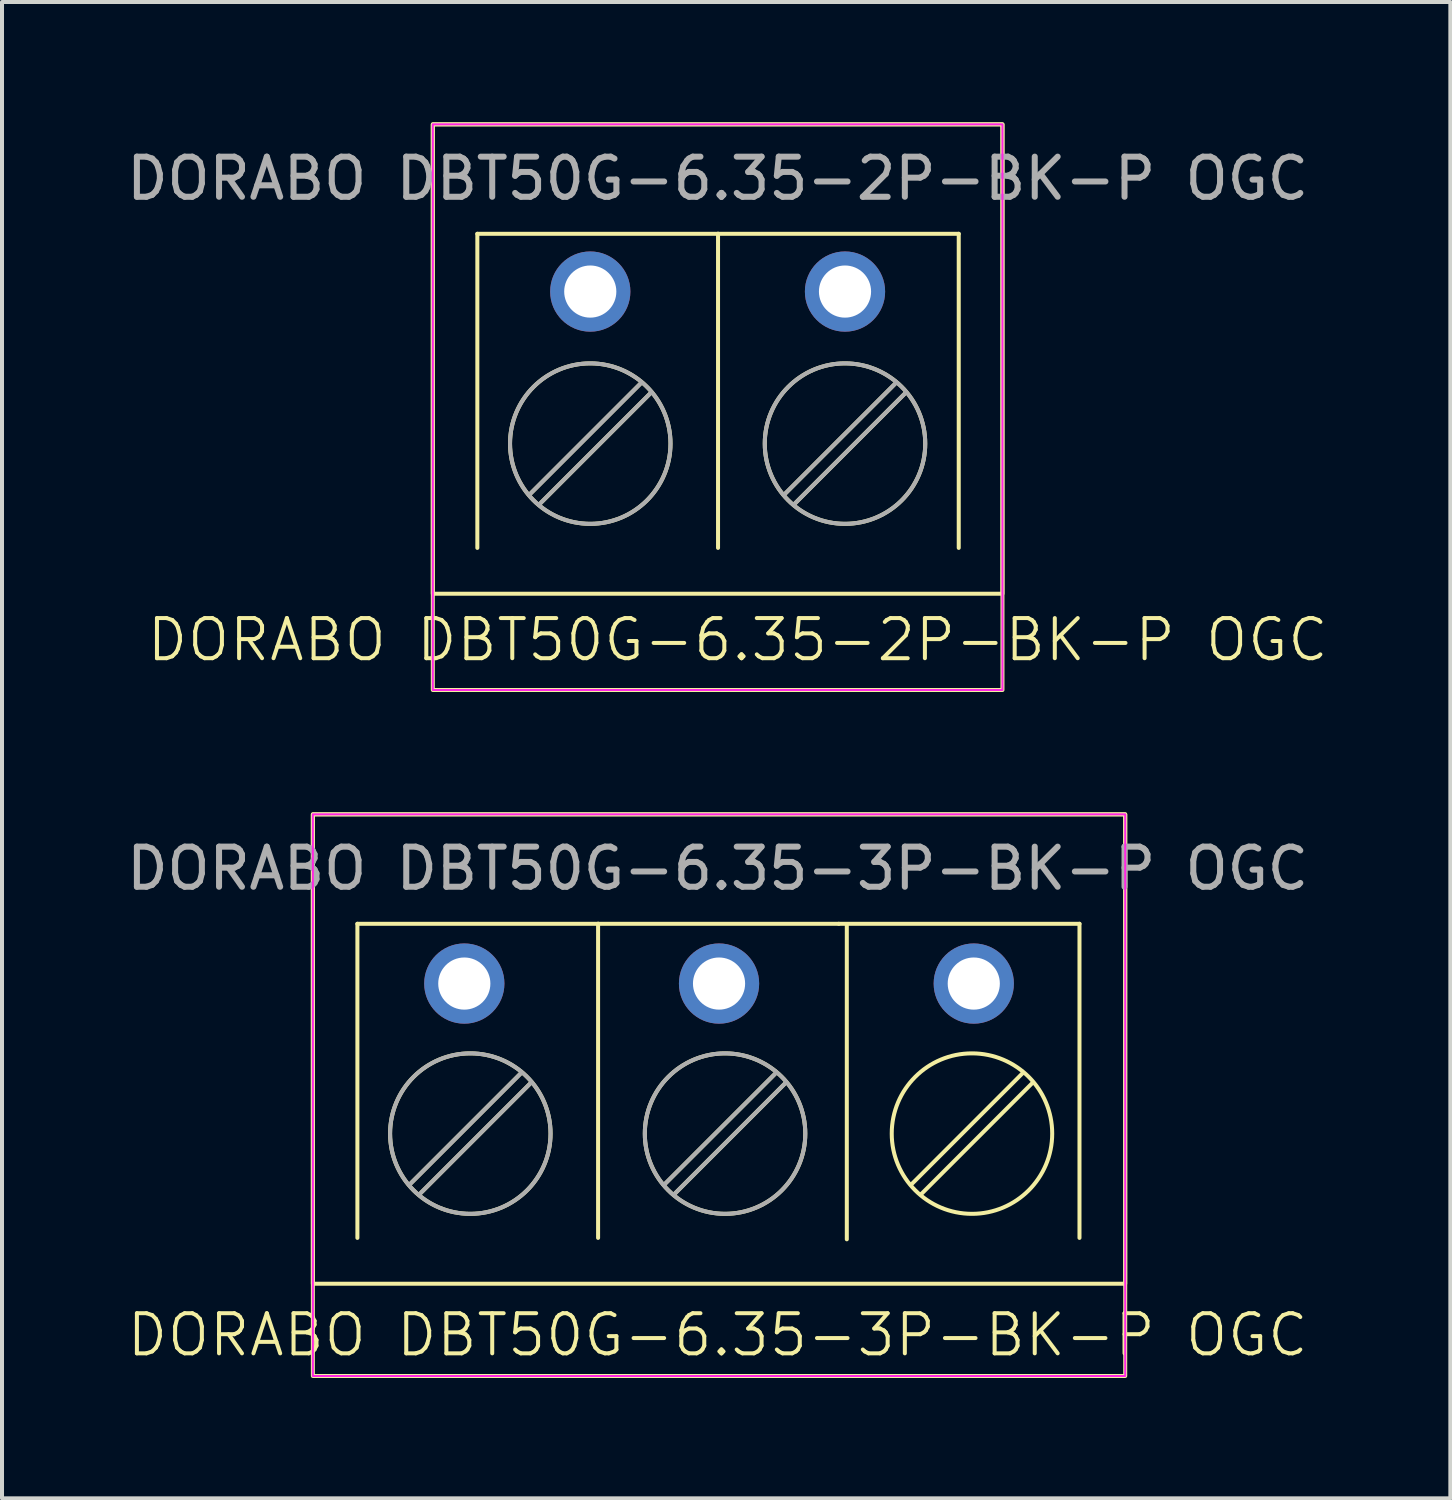
<source format=kicad_pcb>
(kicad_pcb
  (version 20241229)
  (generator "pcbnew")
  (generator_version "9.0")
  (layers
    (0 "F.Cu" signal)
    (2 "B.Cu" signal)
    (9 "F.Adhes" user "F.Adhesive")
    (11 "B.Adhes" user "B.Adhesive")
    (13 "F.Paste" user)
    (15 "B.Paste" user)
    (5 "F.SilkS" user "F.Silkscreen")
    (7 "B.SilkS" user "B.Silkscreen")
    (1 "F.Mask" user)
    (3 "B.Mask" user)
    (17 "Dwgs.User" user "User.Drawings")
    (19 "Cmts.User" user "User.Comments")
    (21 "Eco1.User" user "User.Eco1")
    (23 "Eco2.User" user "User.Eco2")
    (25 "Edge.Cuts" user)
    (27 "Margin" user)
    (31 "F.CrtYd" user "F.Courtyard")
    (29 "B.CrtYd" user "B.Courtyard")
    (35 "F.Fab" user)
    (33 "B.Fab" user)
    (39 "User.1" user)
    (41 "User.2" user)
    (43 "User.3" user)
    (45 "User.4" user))
  (footprint "DORABO DBT50G-6.35-3P-BK-P OGC"
    (layer "F.Cu")
    (at 11.849 23.868)
    (property "Reference" "DORABO DBT50G-6.35-3P-BK-P OGC" (at 2.99 6.36 0) (unlocked yes) (layer "F.SilkS") (effects (font (size 1 1) (thickness 0.1))))
    (attr through_hole)
    (fp_line (start -5.99 -3.89) (end -5.99 3.94) (stroke (width 0.1) (type default)) (layer "F.SilkS"))
    (fp_line (start -1.902 -0.177) (end -4.692 2.613) (stroke (width 0.1) (type solid)) (layer "F.SilkS"))
    (fp_line (start -1.658 0.067) (end -4.448 2.857) (stroke (width 0.1) (type solid)) (layer "F.SilkS"))
    (fp_line (start 0.01 -3.89) (end -5.99 -3.89) (stroke (width 0.1) (type default)) (layer "F.SilkS"))
    (fp_line (start 0.01 -3.89) (end 0.01 3.94) (stroke (width 0.1) (type default)) (layer "F.SilkS"))
    (fp_line (start 0.01 -3.89) (end 6.01 -3.89) (stroke (width 0.1) (type default)) (layer "F.SilkS"))
    (fp_line (start 4.448 -0.177) (end 1.658 2.613) (stroke (width 0.1) (type solid)) (layer "F.SilkS"))
    (fp_line (start 4.692 0.067) (end 1.902 2.857) (stroke (width 0.1) (type solid)) (layer "F.SilkS"))
    (fp_line (start 6.01 -3.89) (end 12.01 -3.89) (stroke (width 0.1) (type default)) (layer "F.SilkS"))
    (fp_line (start 6.21 -3.855) (end 6.21 3.975) (stroke (width 0.1) (type default)) (layer "F.SilkS"))
    (fp_line (start 10.603 -0.177) (end 7.813 2.613) (stroke (width 0.1) (type solid)) (layer "F.SilkS"))
    (fp_line (start 10.847 0.067) (end 8.057 2.857) (stroke (width 0.1) (type solid)) (layer "F.SilkS"))
    (fp_line (start 12.01 -3.89) (end 12.01 3.94) (stroke (width 0.1) (type default)) (layer "F.SilkS"))
    (fp_rect (start -7.1 -6.618) (end 13.15 5.082) (stroke (width 0.1) (type default)) (fill no) (layer "F.SilkS"))
    (fp_rect (start -7.1 -6.618) (end 13.15 7.382) (stroke (width 0.1) (type default)) (fill no) (layer "F.SilkS"))
    (fp_circle (center -3.175 1.34) (end -1.175 1.34) (stroke (width 0.1) (type solid)) (fill no) (layer "F.SilkS"))
    (fp_circle (center 3.175 1.34) (end 5.175 1.34) (stroke (width 0.1) (type solid)) (fill no) (layer "F.SilkS"))
    (fp_circle (center 9.33 1.34) (end 11.33 1.34) (stroke (width 0.1) (type solid)) (fill no) (layer "F.SilkS"))
    (fp_rect (start -7.1 -6.618) (end 13.15 7.382) (stroke (width 0.05) (type default)) (fill no) (layer "F.CrtYd"))
    (fp_line (start -1.902 -0.177) (end -4.692 2.613) (stroke (width 0.1) (type solid)) (layer "F.Fab"))
    (fp_line (start -1.658 0.067) (end -4.448 2.857) (stroke (width 0.1) (type solid)) (layer "F.Fab"))
    (fp_line (start 4.448 -0.177) (end 1.658 2.613) (stroke (width 0.1) (type solid)) (layer "F.Fab"))
    (fp_line (start 4.692 0.067) (end 1.902 2.857) (stroke (width 0.1) (type solid)) (layer "F.Fab"))
    (fp_circle (center -3.175 1.34) (end -1.175 1.34) (stroke (width 0.1) (type solid)) (fill no) (layer "F.Fab"))
    (fp_circle (center 3.175 1.34) (end 5.175 1.34) (stroke (width 0.1) (type solid)) (fill no) (layer "F.Fab"))
    (fp_text user "${REFERENCE}" (at 2.99 -5.268 0) (unlocked yes) (layer "F.Fab") (effects (font (size 1 1) (thickness 0.15))))
    (pad "1" thru_hole circle (at -3.325 -2.4) (size 2 2) (drill 1.3) (layers "*.Cu" "*.Mask"))
    (pad "2" thru_hole circle (at 3.025 -2.4) (size 2 2) (drill 1.3) (layers "*.Cu" "*.Mask"))
    (pad "3" thru_hole circle (at 9.375 -2.4) (size 2 2) (drill 1.3) (layers "*.Cu" "*.Mask")))
  (footprint "DORABO DBT50G-6.35-2P-BK-P OGC"
    (layer "F.Cu")
    (at 14.839 6.668)
    (property "Reference" "DORABO DBT50G-6.35-2P-BK-P OGC" (at 0.5 6.232 0) (unlocked yes) (layer "F.SilkS") (effects (font (size 1 1) (thickness 0.1))))
    (attr through_hole)
    (fp_line (start -5.99 -3.89) (end -5.99 3.94) (stroke (width 0.1) (type default)) (layer "F.SilkS"))
    (fp_line (start -1.902 -0.177) (end -4.692 2.613) (stroke (width 0.1) (type solid)) (layer "F.SilkS"))
    (fp_line (start -1.658 0.067) (end -4.448 2.857) (stroke (width 0.1) (type solid)) (layer "F.SilkS"))
    (fp_line (start 0.01 -3.89) (end -5.99 -3.89) (stroke (width 0.1) (type default)) (layer "F.SilkS"))
    (fp_line (start 0.01 -3.89) (end 0.01 3.94) (stroke (width 0.1) (type default)) (layer "F.SilkS"))
    (fp_line (start 0.01 -3.89) (end 6.01 -3.89) (stroke (width 0.1) (type default)) (layer "F.SilkS"))
    (fp_line (start 4.448 -0.177) (end 1.658 2.613) (stroke (width 0.1) (type solid)) (layer "F.SilkS"))
    (fp_line (start 4.692 0.067) (end 1.902 2.857) (stroke (width 0.1) (type solid)) (layer "F.SilkS"))
    (fp_line (start 6.01 -3.89) (end 6.01 3.94) (stroke (width 0.1) (type default)) (layer "F.SilkS"))
    (fp_rect (start -7.1 -6.618) (end 7.1 5.082) (stroke (width 0.1) (type default)) (fill no) (layer "F.SilkS"))
    (fp_rect (start -7.1 -6.618) (end 7.1 7.482) (stroke (width 0.1) (type default)) (fill no) (layer "F.SilkS"))
    (fp_circle (center -3.175 1.34) (end -1.175 1.34) (stroke (width 0.1) (type solid)) (fill no) (layer "F.SilkS"))
    (fp_circle (center 3.175 1.34) (end 5.175 1.34) (stroke (width 0.1) (type solid)) (fill no) (layer "F.SilkS"))
    (fp_rect (start -7.1 -6.618) (end 7.1 7.482) (stroke (width 0.05) (type default)) (fill no) (layer "F.CrtYd"))
    (fp_line (start -1.902 -0.177) (end -4.692 2.613) (stroke (width 0.1) (type solid)) (layer "F.Fab"))
    (fp_line (start -1.658 0.067) (end -4.448 2.857) (stroke (width 0.1) (type solid)) (layer "F.Fab"))
    (fp_line (start 4.448 -0.177) (end 1.658 2.613) (stroke (width 0.1) (type solid)) (layer "F.Fab"))
    (fp_line (start 4.692 0.067) (end 1.902 2.857) (stroke (width 0.1) (type solid)) (layer "F.Fab"))
    (fp_circle (center -3.175 1.34) (end -1.175 1.34) (stroke (width 0.1) (type solid)) (fill no) (layer "F.Fab"))
    (fp_circle (center 3.175 1.34) (end 5.175 1.34) (stroke (width 0.1) (type solid)) (fill no) (layer "F.Fab"))
    (fp_text user "${REFERENCE}" (at 0 -5.268 0) (unlocked yes) (layer "F.Fab") (effects (font (size 1 1) (thickness 0.15))))
    (pad "1" thru_hole circle (at -3.175 -2.45) (size 2 2) (drill 1.3) (layers "*.Cu" "*.Mask"))
    (pad "2" thru_hole circle (at 3.175 -2.45) (size 2 2) (drill 1.3) (layers "*.Cu" "*.Mask")))
  (gr_rect
    (start -3 -3)
    (end 33.104 34.3)
    (stroke (width 0.1) (type default))
    (fill no)
    (layer "Edge.Cuts")))
</source>
